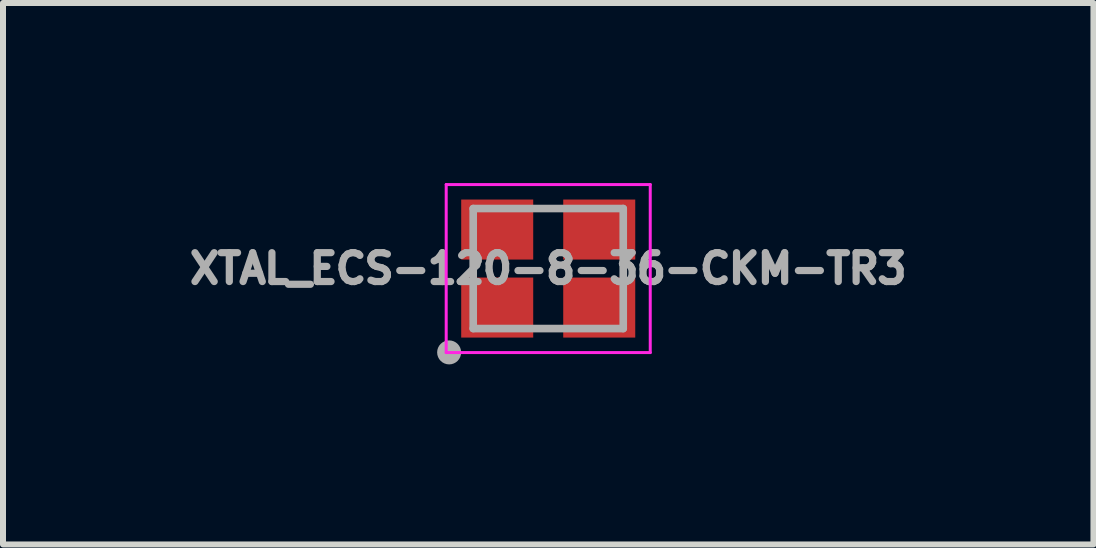
<source format=kicad_pcb>
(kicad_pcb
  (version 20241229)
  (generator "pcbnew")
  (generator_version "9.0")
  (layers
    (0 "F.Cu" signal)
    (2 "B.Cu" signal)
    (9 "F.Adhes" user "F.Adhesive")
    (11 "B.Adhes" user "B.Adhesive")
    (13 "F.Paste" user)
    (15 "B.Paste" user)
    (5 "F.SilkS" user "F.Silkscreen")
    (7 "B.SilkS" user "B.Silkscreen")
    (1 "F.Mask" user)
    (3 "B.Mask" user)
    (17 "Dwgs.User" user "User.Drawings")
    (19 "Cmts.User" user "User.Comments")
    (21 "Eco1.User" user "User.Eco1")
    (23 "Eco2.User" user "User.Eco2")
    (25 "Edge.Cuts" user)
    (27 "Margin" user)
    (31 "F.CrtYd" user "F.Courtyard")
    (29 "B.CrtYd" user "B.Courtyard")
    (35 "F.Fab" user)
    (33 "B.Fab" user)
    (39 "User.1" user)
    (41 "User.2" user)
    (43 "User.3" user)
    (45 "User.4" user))
  (footprint "XTAL_ECS-120-8-36-CKM-TR3"
    (layer "F.Cu")
    (at 6.085 1.425)
    (property "Reference" "XTAL_ECS-120-8-36-CKM-TR3" (at 0 0 0) (layer "F.Fab") (effects (font (size 0.481 0.481) (thickness 0.12))))
    (attr smd)
    (fp_line (start -1.7 -1.4) (end -1.7 1.4) (stroke (width 0.05) (type solid)) (layer "F.CrtYd"))
    (fp_line (start -1.7 1.4) (end 1.7 1.4) (stroke (width 0.05) (type solid)) (layer "F.CrtYd"))
    (fp_line (start 1.7 -1.4) (end -1.7 -1.4) (stroke (width 0.05) (type solid)) (layer "F.CrtYd"))
    (fp_line (start 1.7 1.4) (end 1.7 -1.4) (stroke (width 0.05) (type solid)) (layer "F.CrtYd"))
    (fp_line (start -1.25 -1) (end -1.25 1) (stroke (width 0.127) (type solid)) (layer "F.Fab"))
    (fp_line (start -1.25 1) (end 1.25 1) (stroke (width 0.127) (type solid)) (layer "F.Fab"))
    (fp_line (start 1.25 -1) (end -1.25 -1) (stroke (width 0.127) (type solid)) (layer "F.Fab"))
    (fp_line (start 1.25 1) (end 1.25 -1) (stroke (width 0.127) (type solid)) (layer "F.Fab"))
    (fp_circle (center -1.651 1.397) (end -1.551 1.397) (stroke (width 0.2) (type solid)) (fill no) (layer "F.Fab"))
    (pad "1" smd rect (at -0.85 0.65 90) (size 1 1.2) (layers "F.Cu" "F.Mask" "F.Paste"))
    (pad "2" smd rect (at 0.85 0.65 90) (size 1 1.2) (layers "F.Cu" "F.Mask" "F.Paste"))
    (pad "3" smd rect (at 0.85 -0.65 90) (size 1 1.2) (layers "F.Cu" "F.Mask" "F.Paste"))
    (pad "4" smd rect (at -0.85 -0.65 90) (size 1 1.2) (layers "F.Cu" "F.Mask" "F.Paste")))
  (gr_rect
    (start -3 -3)
    (end 15.17 6.022)
    (stroke (width 0.1) (type default))
    (fill no)
    (layer "Edge.Cuts")))
</source>
